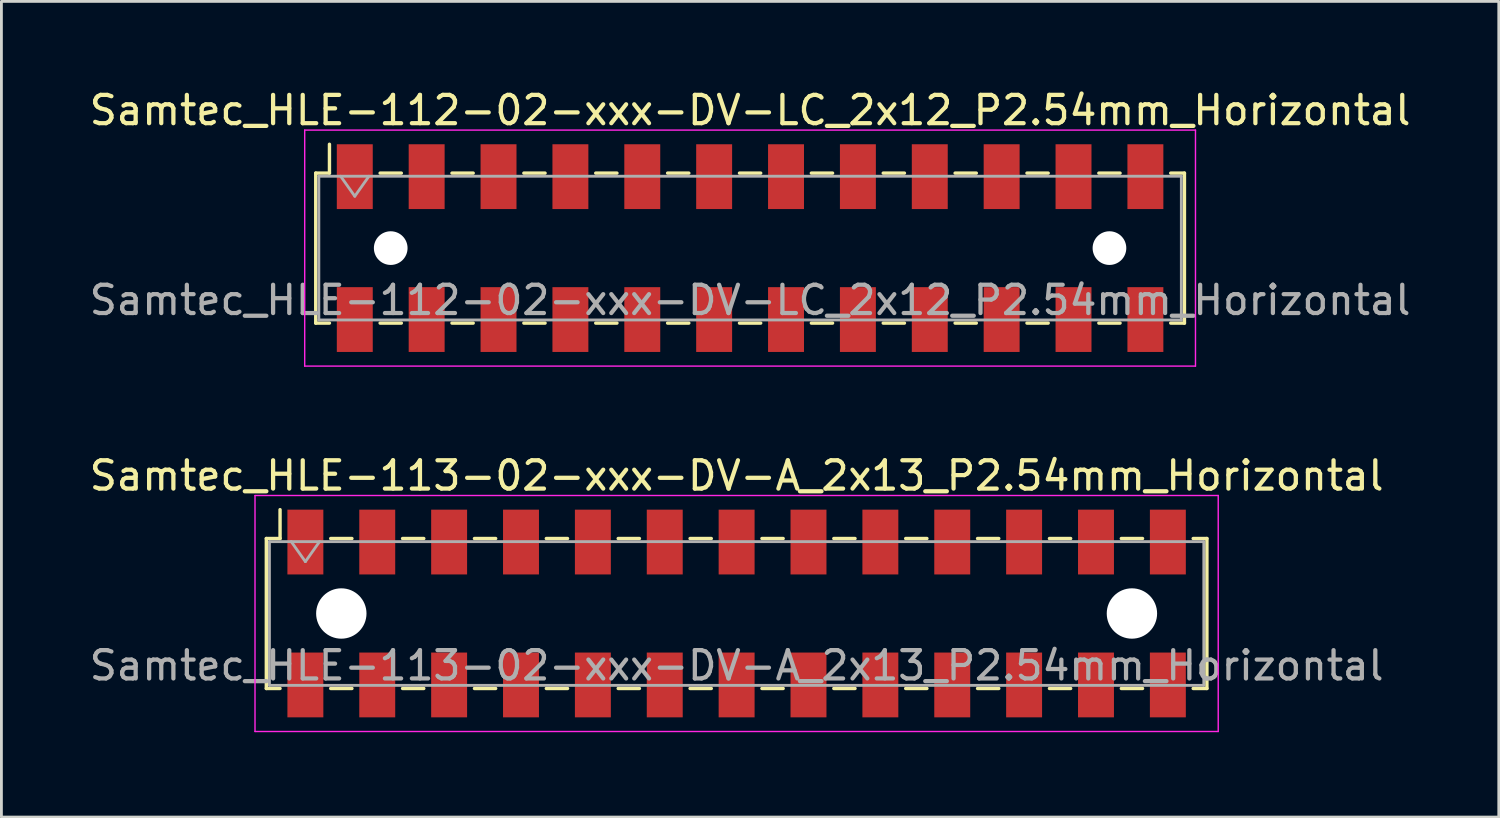
<source format=kicad_pcb>
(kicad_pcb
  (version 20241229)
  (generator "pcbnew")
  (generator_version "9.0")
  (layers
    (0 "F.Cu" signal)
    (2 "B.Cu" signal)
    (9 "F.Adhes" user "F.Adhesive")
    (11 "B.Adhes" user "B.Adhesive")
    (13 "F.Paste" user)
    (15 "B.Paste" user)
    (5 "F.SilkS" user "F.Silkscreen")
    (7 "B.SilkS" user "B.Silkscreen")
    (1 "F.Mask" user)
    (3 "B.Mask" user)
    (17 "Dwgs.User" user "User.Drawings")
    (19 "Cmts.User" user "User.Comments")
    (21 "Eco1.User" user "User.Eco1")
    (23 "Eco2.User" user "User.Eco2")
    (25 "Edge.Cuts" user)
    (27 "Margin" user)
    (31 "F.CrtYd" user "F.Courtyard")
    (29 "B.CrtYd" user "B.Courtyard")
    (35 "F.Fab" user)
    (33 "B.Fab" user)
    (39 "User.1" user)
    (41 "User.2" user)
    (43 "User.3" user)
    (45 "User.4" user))
  (footprint "Samtec_HLE-112-02-xxx-DV-LC_2x12_P2.54mm_Horizontal"
    (layer "F.Cu")
    (at 23.458 5.718)
    (property "Reference" "Samtec_HLE-112-02-xxx-DV-LC_2x12_P2.54mm_Horizontal" (at 0 -4.87 0) (layer "F.SilkS") (effects (font (size 1 1) (thickness 0.15))))
    (attr smd)
    (fp_line (start -15.35 -2.65) (end -15.35 2.65) (stroke (width 0.12) (type solid)) (layer "F.SilkS"))
    (fp_line (start -15.35 2.65) (end -14.865 2.65) (stroke (width 0.12) (type solid)) (layer "F.SilkS"))
    (fp_line (start -14.865 -3.67) (end -14.865 -2.65) (stroke (width 0.12) (type solid)) (layer "F.SilkS"))
    (fp_line (start -14.865 -2.65) (end -15.35 -2.65) (stroke (width 0.12) (type solid)) (layer "F.SilkS"))
    (fp_line (start -13.075 -2.65) (end -12.325 -2.65) (stroke (width 0.12) (type solid)) (layer "F.SilkS"))
    (fp_line (start -13.075 2.65) (end -12.325 2.65) (stroke (width 0.12) (type solid)) (layer "F.SilkS"))
    (fp_line (start -10.535 -2.65) (end -9.785 -2.65) (stroke (width 0.12) (type solid)) (layer "F.SilkS"))
    (fp_line (start -10.535 2.65) (end -9.785 2.65) (stroke (width 0.12) (type solid)) (layer "F.SilkS"))
    (fp_line (start -7.995 -2.65) (end -7.245 -2.65) (stroke (width 0.12) (type solid)) (layer "F.SilkS"))
    (fp_line (start -7.995 2.65) (end -7.245 2.65) (stroke (width 0.12) (type solid)) (layer "F.SilkS"))
    (fp_line (start -5.455 -2.65) (end -4.705 -2.65) (stroke (width 0.12) (type solid)) (layer "F.SilkS"))
    (fp_line (start -5.455 2.65) (end -4.705 2.65) (stroke (width 0.12) (type solid)) (layer "F.SilkS"))
    (fp_line (start -2.915 -2.65) (end -2.165 -2.65) (stroke (width 0.12) (type solid)) (layer "F.SilkS"))
    (fp_line (start -2.915 2.65) (end -2.165 2.65) (stroke (width 0.12) (type solid)) (layer "F.SilkS"))
    (fp_line (start -0.375 -2.65) (end 0.375 -2.65) (stroke (width 0.12) (type solid)) (layer "F.SilkS"))
    (fp_line (start -0.375 2.65) (end 0.375 2.65) (stroke (width 0.12) (type solid)) (layer "F.SilkS"))
    (fp_line (start 2.165 -2.65) (end 2.915 -2.65) (stroke (width 0.12) (type solid)) (layer "F.SilkS"))
    (fp_line (start 2.165 2.65) (end 2.915 2.65) (stroke (width 0.12) (type solid)) (layer "F.SilkS"))
    (fp_line (start 4.705 -2.65) (end 5.455 -2.65) (stroke (width 0.12) (type solid)) (layer "F.SilkS"))
    (fp_line (start 4.705 2.65) (end 5.455 2.65) (stroke (width 0.12) (type solid)) (layer "F.SilkS"))
    (fp_line (start 7.245 -2.65) (end 7.995 -2.65) (stroke (width 0.12) (type solid)) (layer "F.SilkS"))
    (fp_line (start 7.245 2.65) (end 7.995 2.65) (stroke (width 0.12) (type solid)) (layer "F.SilkS"))
    (fp_line (start 9.785 -2.65) (end 10.535 -2.65) (stroke (width 0.12) (type solid)) (layer "F.SilkS"))
    (fp_line (start 9.785 2.65) (end 10.535 2.65) (stroke (width 0.12) (type solid)) (layer "F.SilkS"))
    (fp_line (start 12.325 -2.65) (end 13.075 -2.65) (stroke (width 0.12) (type solid)) (layer "F.SilkS"))
    (fp_line (start 12.325 2.65) (end 13.075 2.65) (stroke (width 0.12) (type solid)) (layer "F.SilkS"))
    (fp_line (start 14.865 -2.65) (end 15.35 -2.65) (stroke (width 0.12) (type solid)) (layer "F.SilkS"))
    (fp_line (start 15.35 -2.65) (end 15.35 2.65) (stroke (width 0.12) (type solid)) (layer "F.SilkS"))
    (fp_line (start 15.35 2.65) (end 14.865 2.65) (stroke (width 0.12) (type solid)) (layer "F.SilkS"))
    (fp_line (start -15.74 -4.17) (end 15.74 -4.17) (stroke (width 0.05) (type solid)) (layer "F.CrtYd"))
    (fp_line (start -15.74 4.17) (end -15.74 -4.17) (stroke (width 0.05) (type solid)) (layer "F.CrtYd"))
    (fp_line (start 15.74 -4.17) (end 15.74 4.17) (stroke (width 0.05) (type solid)) (layer "F.CrtYd"))
    (fp_line (start 15.74 4.17) (end -15.74 4.17) (stroke (width 0.05) (type solid)) (layer "F.CrtYd"))
    (fp_line (start -15.24 -2.54) (end 15.24 -2.54) (stroke (width 0.1) (type solid)) (layer "F.Fab"))
    (fp_line (start -15.24 2.54) (end -15.24 -2.54) (stroke (width 0.1) (type solid)) (layer "F.Fab"))
    (fp_line (start -14.47 -2.54) (end -13.97 -1.833) (stroke (width 0.1) (type solid)) (layer "F.Fab"))
    (fp_line (start -13.97 -1.833) (end -13.47 -2.54) (stroke (width 0.1) (type solid)) (layer "F.Fab"))
    (fp_line (start 15.24 -2.54) (end 15.24 2.54) (stroke (width 0.1) (type solid)) (layer "F.Fab"))
    (fp_line (start 15.24 2.54) (end -15.24 2.54) (stroke (width 0.1) (type solid)) (layer "F.Fab"))
    (fp_text user "${REFERENCE}" (at 0 1.84 0) (layer "F.Fab") (effects (font (size 1 1) (thickness 0.15))))
    (pad "" np_thru_hole circle (at -12.7 0) (size 1.19 1.19) (drill 1.19) (layers "*.Cu" "*.Mask"))
    (pad "" np_thru_hole circle (at 12.7 0) (size 1.19 1.19) (drill 1.19) (layers "*.Cu" "*.Mask"))
    (pad "1" smd rect (at -13.97 -2.525) (size 1.27 2.29) (layers "F.Cu" "F.Mask" "F.Paste"))
    (pad "2" smd rect (at -13.97 2.525) (size 1.27 2.29) (layers "F.Cu" "F.Mask" "F.Paste"))
    (pad "3" smd rect (at -11.43 -2.525) (size 1.27 2.29) (layers "F.Cu" "F.Mask" "F.Paste"))
    (pad "4" smd rect (at -11.43 2.525) (size 1.27 2.29) (layers "F.Cu" "F.Mask" "F.Paste"))
    (pad "5" smd rect (at -8.89 -2.525) (size 1.27 2.29) (layers "F.Cu" "F.Mask" "F.Paste"))
    (pad "6" smd rect (at -8.89 2.525) (size 1.27 2.29) (layers "F.Cu" "F.Mask" "F.Paste"))
    (pad "7" smd rect (at -6.35 -2.525) (size 1.27 2.29) (layers "F.Cu" "F.Mask" "F.Paste"))
    (pad "8" smd rect (at -6.35 2.525) (size 1.27 2.29) (layers "F.Cu" "F.Mask" "F.Paste"))
    (pad "9" smd rect (at -3.81 -2.525) (size 1.27 2.29) (layers "F.Cu" "F.Mask" "F.Paste"))
    (pad "10" smd rect (at -3.81 2.525) (size 1.27 2.29) (layers "F.Cu" "F.Mask" "F.Paste"))
    (pad "11" smd rect (at -1.27 -2.525) (size 1.27 2.29) (layers "F.Cu" "F.Mask" "F.Paste"))
    (pad "12" smd rect (at -1.27 2.525) (size 1.27 2.29) (layers "F.Cu" "F.Mask" "F.Paste"))
    (pad "13" smd rect (at 1.27 -2.525) (size 1.27 2.29) (layers "F.Cu" "F.Mask" "F.Paste"))
    (pad "14" smd rect (at 1.27 2.525) (size 1.27 2.29) (layers "F.Cu" "F.Mask" "F.Paste"))
    (pad "15" smd rect (at 3.81 -2.525) (size 1.27 2.29) (layers "F.Cu" "F.Mask" "F.Paste"))
    (pad "16" smd rect (at 3.81 2.525) (size 1.27 2.29) (layers "F.Cu" "F.Mask" "F.Paste"))
    (pad "17" smd rect (at 6.35 -2.525) (size 1.27 2.29) (layers "F.Cu" "F.Mask" "F.Paste"))
    (pad "18" smd rect (at 6.35 2.525) (size 1.27 2.29) (layers "F.Cu" "F.Mask" "F.Paste"))
    (pad "19" smd rect (at 8.89 -2.525) (size 1.27 2.29) (layers "F.Cu" "F.Mask" "F.Paste"))
    (pad "20" smd rect (at 8.89 2.525) (size 1.27 2.29) (layers "F.Cu" "F.Mask" "F.Paste"))
    (pad "21" smd rect (at 11.43 -2.525) (size 1.27 2.29) (layers "F.Cu" "F.Mask" "F.Paste"))
    (pad "22" smd rect (at 11.43 2.525) (size 1.27 2.29) (layers "F.Cu" "F.Mask" "F.Paste"))
    (pad "23" smd rect (at 13.97 -2.525) (size 1.27 2.29) (layers "F.Cu" "F.Mask" "F.Paste"))
    (pad "24" smd rect (at 13.97 2.525) (size 1.27 2.29) (layers "F.Cu" "F.Mask" "F.Paste")))
  (footprint "Samtec_HLE-113-02-xxx-DV-A_2x13_P2.54mm_Horizontal"
    (layer "F.Cu")
    (at 22.982 18.631)
    (property "Reference" "Samtec_HLE-113-02-xxx-DV-A_2x13_P2.54mm_Horizontal" (at 0 -4.87 0) (layer "F.SilkS") (effects (font (size 1 1) (thickness 0.15))))
    (attr smd)
    (fp_line (start -16.62 -2.65) (end -16.62 2.65) (stroke (width 0.12) (type solid)) (layer "F.SilkS"))
    (fp_line (start -16.62 2.65) (end -16.135 2.65) (stroke (width 0.12) (type solid)) (layer "F.SilkS"))
    (fp_line (start -16.135 -3.67) (end -16.135 -2.65) (stroke (width 0.12) (type solid)) (layer "F.SilkS"))
    (fp_line (start -16.135 -2.65) (end -16.62 -2.65) (stroke (width 0.12) (type solid)) (layer "F.SilkS"))
    (fp_line (start -14.345 -2.65) (end -13.595 -2.65) (stroke (width 0.12) (type solid)) (layer "F.SilkS"))
    (fp_line (start -14.345 2.65) (end -13.595 2.65) (stroke (width 0.12) (type solid)) (layer "F.SilkS"))
    (fp_line (start -11.805 -2.65) (end -11.055 -2.65) (stroke (width 0.12) (type solid)) (layer "F.SilkS"))
    (fp_line (start -11.805 2.65) (end -11.055 2.65) (stroke (width 0.12) (type solid)) (layer "F.SilkS"))
    (fp_line (start -9.265 -2.65) (end -8.515 -2.65) (stroke (width 0.12) (type solid)) (layer "F.SilkS"))
    (fp_line (start -9.265 2.65) (end -8.515 2.65) (stroke (width 0.12) (type solid)) (layer "F.SilkS"))
    (fp_line (start -6.725 -2.65) (end -5.975 -2.65) (stroke (width 0.12) (type solid)) (layer "F.SilkS"))
    (fp_line (start -6.725 2.65) (end -5.975 2.65) (stroke (width 0.12) (type solid)) (layer "F.SilkS"))
    (fp_line (start -4.185 -2.65) (end -3.435 -2.65) (stroke (width 0.12) (type solid)) (layer "F.SilkS"))
    (fp_line (start -4.185 2.65) (end -3.435 2.65) (stroke (width 0.12) (type solid)) (layer "F.SilkS"))
    (fp_line (start -1.645 -2.65) (end -0.895 -2.65) (stroke (width 0.12) (type solid)) (layer "F.SilkS"))
    (fp_line (start -1.645 2.65) (end -0.895 2.65) (stroke (width 0.12) (type solid)) (layer "F.SilkS"))
    (fp_line (start 0.895 -2.65) (end 1.645 -2.65) (stroke (width 0.12) (type solid)) (layer "F.SilkS"))
    (fp_line (start 0.895 2.65) (end 1.645 2.65) (stroke (width 0.12) (type solid)) (layer "F.SilkS"))
    (fp_line (start 3.435 -2.65) (end 4.185 -2.65) (stroke (width 0.12) (type solid)) (layer "F.SilkS"))
    (fp_line (start 3.435 2.65) (end 4.185 2.65) (stroke (width 0.12) (type solid)) (layer "F.SilkS"))
    (fp_line (start 5.975 -2.65) (end 6.725 -2.65) (stroke (width 0.12) (type solid)) (layer "F.SilkS"))
    (fp_line (start 5.975 2.65) (end 6.725 2.65) (stroke (width 0.12) (type solid)) (layer "F.SilkS"))
    (fp_line (start 8.515 -2.65) (end 9.265 -2.65) (stroke (width 0.12) (type solid)) (layer "F.SilkS"))
    (fp_line (start 8.515 2.65) (end 9.265 2.65) (stroke (width 0.12) (type solid)) (layer "F.SilkS"))
    (fp_line (start 11.055 -2.65) (end 11.805 -2.65) (stroke (width 0.12) (type solid)) (layer "F.SilkS"))
    (fp_line (start 11.055 2.65) (end 11.805 2.65) (stroke (width 0.12) (type solid)) (layer "F.SilkS"))
    (fp_line (start 13.595 -2.65) (end 14.345 -2.65) (stroke (width 0.12) (type solid)) (layer "F.SilkS"))
    (fp_line (start 13.595 2.65) (end 14.345 2.65) (stroke (width 0.12) (type solid)) (layer "F.SilkS"))
    (fp_line (start 16.135 -2.65) (end 16.62 -2.65) (stroke (width 0.12) (type solid)) (layer "F.SilkS"))
    (fp_line (start 16.62 -2.65) (end 16.62 2.65) (stroke (width 0.12) (type solid)) (layer "F.SilkS"))
    (fp_line (start 16.62 2.65) (end 16.135 2.65) (stroke (width 0.12) (type solid)) (layer "F.SilkS"))
    (fp_line (start -17.02 -4.17) (end 17.02 -4.17) (stroke (width 0.05) (type solid)) (layer "F.CrtYd"))
    (fp_line (start -17.02 4.17) (end -17.02 -4.17) (stroke (width 0.05) (type solid)) (layer "F.CrtYd"))
    (fp_line (start 17.02 -4.17) (end 17.02 4.17) (stroke (width 0.05) (type solid)) (layer "F.CrtYd"))
    (fp_line (start 17.02 4.17) (end -17.02 4.17) (stroke (width 0.05) (type solid)) (layer "F.CrtYd"))
    (fp_line (start -16.51 -2.54) (end 16.51 -2.54) (stroke (width 0.1) (type solid)) (layer "F.Fab"))
    (fp_line (start -16.51 2.54) (end -16.51 -2.54) (stroke (width 0.1) (type solid)) (layer "F.Fab"))
    (fp_line (start -15.74 -2.54) (end -15.24 -1.833) (stroke (width 0.1) (type solid)) (layer "F.Fab"))
    (fp_line (start -15.24 -1.833) (end -14.74 -2.54) (stroke (width 0.1) (type solid)) (layer "F.Fab"))
    (fp_line (start 16.51 -2.54) (end 16.51 2.54) (stroke (width 0.1) (type solid)) (layer "F.Fab"))
    (fp_line (start 16.51 2.54) (end -16.51 2.54) (stroke (width 0.1) (type solid)) (layer "F.Fab"))
    (fp_text user "${REFERENCE}" (at 0 1.84 0) (layer "F.Fab") (effects (font (size 1 1) (thickness 0.15))))
    (pad "" np_thru_hole circle (at -13.97 0) (size 1.78 1.78) (drill 1.78) (layers "*.Cu" "*.Mask"))
    (pad "" np_thru_hole circle (at 13.97 0) (size 1.78 1.78) (drill 1.78) (layers "*.Cu" "*.Mask"))
    (pad "1" smd rect (at -15.24 -2.525) (size 1.27 2.29) (layers "F.Cu" "F.Mask" "F.Paste"))
    (pad "2" smd rect (at -15.24 2.525) (size 1.27 2.29) (layers "F.Cu" "F.Mask" "F.Paste"))
    (pad "3" smd rect (at -12.7 -2.525) (size 1.27 2.29) (layers "F.Cu" "F.Mask" "F.Paste"))
    (pad "4" smd rect (at -12.7 2.525) (size 1.27 2.29) (layers "F.Cu" "F.Mask" "F.Paste"))
    (pad "5" smd rect (at -10.16 -2.525) (size 1.27 2.29) (layers "F.Cu" "F.Mask" "F.Paste"))
    (pad "6" smd rect (at -10.16 2.525) (size 1.27 2.29) (layers "F.Cu" "F.Mask" "F.Paste"))
    (pad "7" smd rect (at -7.62 -2.525) (size 1.27 2.29) (layers "F.Cu" "F.Mask" "F.Paste"))
    (pad "8" smd rect (at -7.62 2.525) (size 1.27 2.29) (layers "F.Cu" "F.Mask" "F.Paste"))
    (pad "9" smd rect (at -5.08 -2.525) (size 1.27 2.29) (layers "F.Cu" "F.Mask" "F.Paste"))
    (pad "10" smd rect (at -5.08 2.525) (size 1.27 2.29) (layers "F.Cu" "F.Mask" "F.Paste"))
    (pad "11" smd rect (at -2.54 -2.525) (size 1.27 2.29) (layers "F.Cu" "F.Mask" "F.Paste"))
    (pad "12" smd rect (at -2.54 2.525) (size 1.27 2.29) (layers "F.Cu" "F.Mask" "F.Paste"))
    (pad "13" smd rect (at 0 -2.525) (size 1.27 2.29) (layers "F.Cu" "F.Mask" "F.Paste"))
    (pad "14" smd rect (at 0 2.525) (size 1.27 2.29) (layers "F.Cu" "F.Mask" "F.Paste"))
    (pad "15" smd rect (at 2.54 -2.525) (size 1.27 2.29) (layers "F.Cu" "F.Mask" "F.Paste"))
    (pad "16" smd rect (at 2.54 2.525) (size 1.27 2.29) (layers "F.Cu" "F.Mask" "F.Paste"))
    (pad "17" smd rect (at 5.08 -2.525) (size 1.27 2.29) (layers "F.Cu" "F.Mask" "F.Paste"))
    (pad "18" smd rect (at 5.08 2.525) (size 1.27 2.29) (layers "F.Cu" "F.Mask" "F.Paste"))
    (pad "19" smd rect (at 7.62 -2.525) (size 1.27 2.29) (layers "F.Cu" "F.Mask" "F.Paste"))
    (pad "20" smd rect (at 7.62 2.525) (size 1.27 2.29) (layers "F.Cu" "F.Mask" "F.Paste"))
    (pad "21" smd rect (at 10.16 -2.525) (size 1.27 2.29) (layers "F.Cu" "F.Mask" "F.Paste"))
    (pad "22" smd rect (at 10.16 2.525) (size 1.27 2.29) (layers "F.Cu" "F.Mask" "F.Paste"))
    (pad "23" smd rect (at 12.7 -2.525) (size 1.27 2.29) (layers "F.Cu" "F.Mask" "F.Paste"))
    (pad "24" smd rect (at 12.7 2.525) (size 1.27 2.29) (layers "F.Cu" "F.Mask" "F.Paste"))
    (pad "25" smd rect (at 15.24 -2.525) (size 1.27 2.29) (layers "F.Cu" "F.Mask" "F.Paste"))
    (pad "26" smd rect (at 15.24 2.525) (size 1.27 2.29) (layers "F.Cu" "F.Mask" "F.Paste")))
  (gr_rect
    (start -3 -3)
    (end 49.917 25.826)
    (stroke (width 0.1) (type default))
    (fill no)
    (layer "Edge.Cuts")))
</source>
